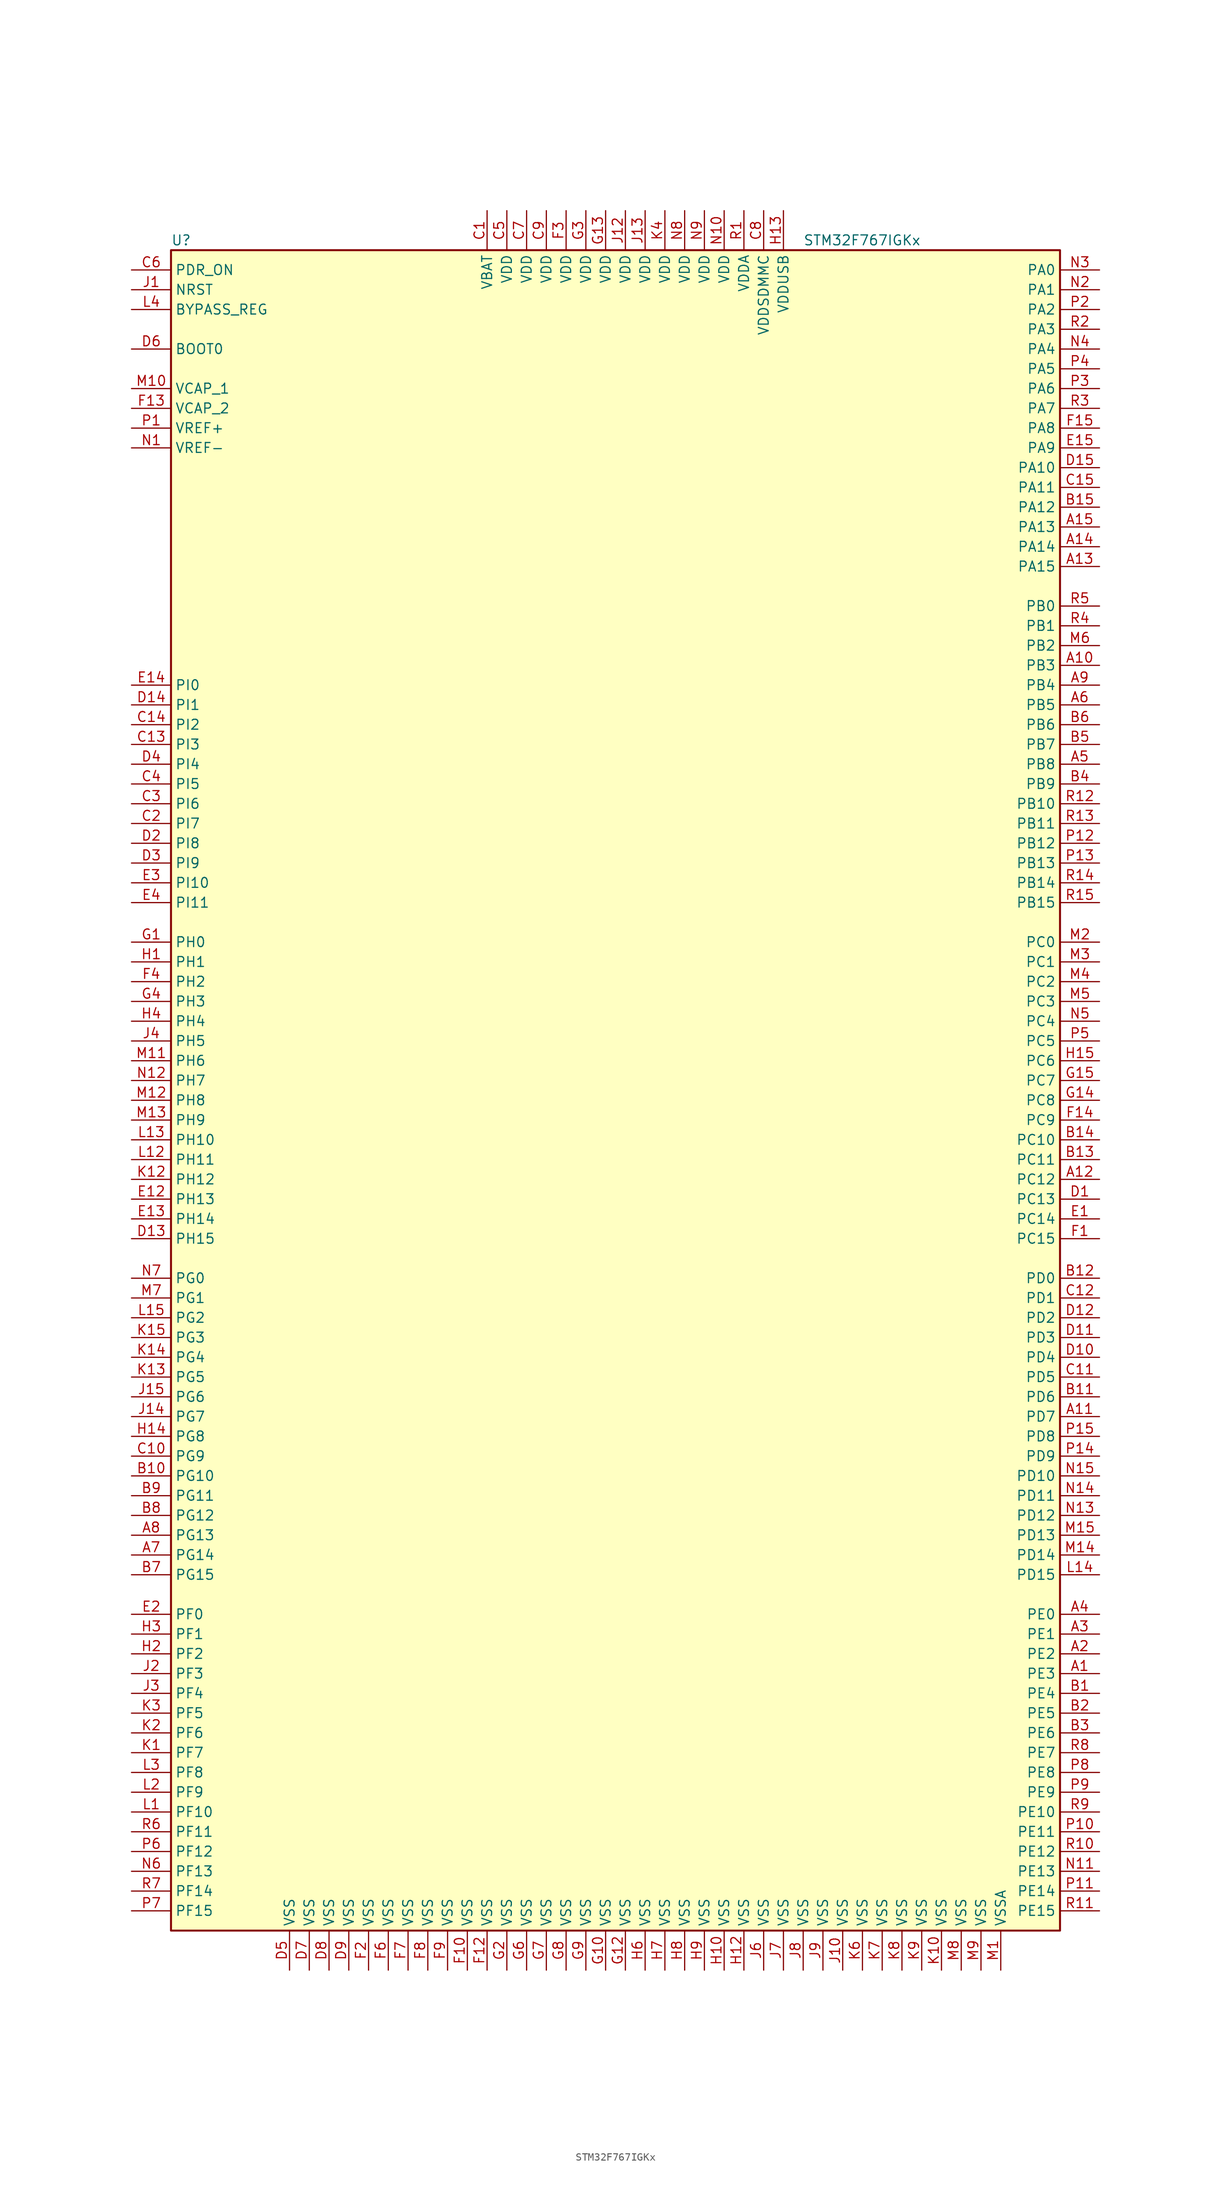
<source format=kicad_sym>
(kicad_symbol_lib
  (version 20201005)
  (generator kicad_symbol_editor)
  (symbol "STM32F767IGKx"
    (property "Reference" "U"
      (at -58.42 107.95 0)
      (effects (font (size 1.27 1.27)) (justify left)))
    (property "Value" "STM32F767IGKx"
      (at 22.86 107.95 0)
      (effects (font (size 1.27 1.27)) (justify left)))
    (symbol "STM32F767IGKx_0_1"
      (rectangle (start -58.42 -109.22) (end 55.88 106.68) (stroke (width 0.254)) (fill (type background))))
    (symbol "STM32F767IGKx_1_1"
      (pin bidirectional line (at 60.96 -76.2 180) (length 5.08) (name "PE3" (effects (font (size 1.27 1.27)))) (number "A1" (effects (font (size 1.27 1.27)))))
      (pin bidirectional line (at 60.96 53.34 180) (length 5.08) (name "PB3" (effects (font (size 1.27 1.27)))) (number "A10" (effects (font (size 1.27 1.27)))))
      (pin bidirectional line (at 60.96 -43.18 180) (length 5.08) (name "PD7" (effects (font (size 1.27 1.27)))) (number "A11" (effects (font (size 1.27 1.27)))))
      (pin bidirectional line (at 60.96 -12.7 180) (length 5.08) (name "PC12" (effects (font (size 1.27 1.27)))) (number "A12" (effects (font (size 1.27 1.27)))))
      (pin bidirectional line (at 60.96 66.04 180) (length 5.08) (name "PA15" (effects (font (size 1.27 1.27)))) (number "A13" (effects (font (size 1.27 1.27)))))
      (pin bidirectional line (at 60.96 68.58 180) (length 5.08) (name "PA14" (effects (font (size 1.27 1.27)))) (number "A14" (effects (font (size 1.27 1.27)))))
      (pin bidirectional line (at 60.96 71.12 180) (length 5.08) (name "PA13" (effects (font (size 1.27 1.27)))) (number "A15" (effects (font (size 1.27 1.27)))))
      (pin bidirectional line (at 60.96 -73.66 180) (length 5.08) (name "PE2" (effects (font (size 1.27 1.27)))) (number "A2" (effects (font (size 1.27 1.27)))))
      (pin bidirectional line (at 60.96 -71.12 180) (length 5.08) (name "PE1" (effects (font (size 1.27 1.27)))) (number "A3" (effects (font (size 1.27 1.27)))))
      (pin bidirectional line (at 60.96 -68.58 180) (length 5.08) (name "PE0" (effects (font (size 1.27 1.27)))) (number "A4" (effects (font (size 1.27 1.27)))))
      (pin bidirectional line (at 60.96 40.64 180) (length 5.08) (name "PB8" (effects (font (size 1.27 1.27)))) (number "A5" (effects (font (size 1.27 1.27)))))
      (pin bidirectional line (at 60.96 48.26 180) (length 5.08) (name "PB5" (effects (font (size 1.27 1.27)))) (number "A6" (effects (font (size 1.27 1.27)))))
      (pin bidirectional line (at -63.5 -60.96 0) (length 5.08) (name "PG14" (effects (font (size 1.27 1.27)))) (number "A7" (effects (font (size 1.27 1.27)))))
      (pin bidirectional line (at -63.5 -58.42 0) (length 5.08) (name "PG13" (effects (font (size 1.27 1.27)))) (number "A8" (effects (font (size 1.27 1.27)))))
      (pin bidirectional line (at 60.96 50.8 180) (length 5.08) (name "PB4" (effects (font (size 1.27 1.27)))) (number "A9" (effects (font (size 1.27 1.27)))))
      (pin bidirectional line (at 60.96 -78.74 180) (length 5.08) (name "PE4" (effects (font (size 1.27 1.27)))) (number "B1" (effects (font (size 1.27 1.27)))))
      (pin bidirectional line (at -63.5 -50.8 0) (length 5.08) (name "PG10" (effects (font (size 1.27 1.27)))) (number "B10" (effects (font (size 1.27 1.27)))))
      (pin bidirectional line (at 60.96 -40.64 180) (length 5.08) (name "PD6" (effects (font (size 1.27 1.27)))) (number "B11" (effects (font (size 1.27 1.27)))))
      (pin bidirectional line (at 60.96 -25.4 180) (length 5.08) (name "PD0" (effects (font (size 1.27 1.27)))) (number "B12" (effects (font (size 1.27 1.27)))))
      (pin bidirectional line (at 60.96 -10.16 180) (length 5.08) (name "PC11" (effects (font (size 1.27 1.27)))) (number "B13" (effects (font (size 1.27 1.27)))))
      (pin bidirectional line (at 60.96 -7.62 180) (length 5.08) (name "PC10" (effects (font (size 1.27 1.27)))) (number "B14" (effects (font (size 1.27 1.27)))))
      (pin bidirectional line (at 60.96 73.66 180) (length 5.08) (name "PA12" (effects (font (size 1.27 1.27)))) (number "B15" (effects (font (size 1.27 1.27)))))
      (pin bidirectional line (at 60.96 -81.28 180) (length 5.08) (name "PE5" (effects (font (size 1.27 1.27)))) (number "B2" (effects (font (size 1.27 1.27)))))
      (pin bidirectional line (at 60.96 -83.82 180) (length 5.08) (name "PE6" (effects (font (size 1.27 1.27)))) (number "B3" (effects (font (size 1.27 1.27)))))
      (pin bidirectional line (at 60.96 38.1 180) (length 5.08) (name "PB9" (effects (font (size 1.27 1.27)))) (number "B4" (effects (font (size 1.27 1.27)))))
      (pin bidirectional line (at 60.96 43.18 180) (length 5.08) (name "PB7" (effects (font (size 1.27 1.27)))) (number "B5" (effects (font (size 1.27 1.27)))))
      (pin bidirectional line (at 60.96 45.72 180) (length 5.08) (name "PB6" (effects (font (size 1.27 1.27)))) (number "B6" (effects (font (size 1.27 1.27)))))
      (pin bidirectional line (at -63.5 -63.5 0) (length 5.08) (name "PG15" (effects (font (size 1.27 1.27)))) (number "B7" (effects (font (size 1.27 1.27)))))
      (pin bidirectional line (at -63.5 -55.88 0) (length 5.08) (name "PG12" (effects (font (size 1.27 1.27)))) (number "B8" (effects (font (size 1.27 1.27)))))
      (pin bidirectional line (at -63.5 -53.34 0) (length 5.08) (name "PG11" (effects (font (size 1.27 1.27)))) (number "B9" (effects (font (size 1.27 1.27)))))
      (pin power_in line (at -17.78 111.76 270) (length 5.08) (name "VBAT" (effects (font (size 1.27 1.27)))) (number "C1" (effects (font (size 1.27 1.27)))))
      (pin bidirectional line (at -63.5 -48.26 0) (length 5.08) (name "PG9" (effects (font (size 1.27 1.27)))) (number "C10" (effects (font (size 1.27 1.27)))))
      (pin bidirectional line (at 60.96 -38.1 180) (length 5.08) (name "PD5" (effects (font (size 1.27 1.27)))) (number "C11" (effects (font (size 1.27 1.27)))))
      (pin bidirectional line (at 60.96 -27.94 180) (length 5.08) (name "PD1" (effects (font (size 1.27 1.27)))) (number "C12" (effects (font (size 1.27 1.27)))))
      (pin bidirectional line (at -63.5 43.18 0) (length 5.08) (name "PI3" (effects (font (size 1.27 1.27)))) (number "C13" (effects (font (size 1.27 1.27)))))
      (pin bidirectional line (at -63.5 45.72 0) (length 5.08) (name "PI2" (effects (font (size 1.27 1.27)))) (number "C14" (effects (font (size 1.27 1.27)))))
      (pin bidirectional line (at 60.96 76.2 180) (length 5.08) (name "PA11" (effects (font (size 1.27 1.27)))) (number "C15" (effects (font (size 1.27 1.27)))))
      (pin bidirectional line (at -63.5 33.02 0) (length 5.08) (name "PI7" (effects (font (size 1.27 1.27)))) (number "C2" (effects (font (size 1.27 1.27)))))
      (pin bidirectional line (at -63.5 35.56 0) (length 5.08) (name "PI6" (effects (font (size 1.27 1.27)))) (number "C3" (effects (font (size 1.27 1.27)))))
      (pin bidirectional line (at -63.5 38.1 0) (length 5.08) (name "PI5" (effects (font (size 1.27 1.27)))) (number "C4" (effects (font (size 1.27 1.27)))))
      (pin power_in line (at -15.24 111.76 270) (length 5.08) (name "VDD" (effects (font (size 1.27 1.27)))) (number "C5" (effects (font (size 1.27 1.27)))))
      (pin input line (at -63.5 104.14 0) (length 5.08) (name "PDR_ON" (effects (font (size 1.27 1.27)))) (number "C6" (effects (font (size 1.27 1.27)))))
      (pin power_in line (at -12.7 111.76 270) (length 5.08) (name "VDD" (effects (font (size 1.27 1.27)))) (number "C7" (effects (font (size 1.27 1.27)))))
      (pin power_in line (at 17.78 111.76 270) (length 5.08) (name "VDDSDMMC" (effects (font (size 1.27 1.27)))) (number "C8" (effects (font (size 1.27 1.27)))))
      (pin power_in line (at -10.16 111.76 270) (length 5.08) (name "VDD" (effects (font (size 1.27 1.27)))) (number "C9" (effects (font (size 1.27 1.27)))))
      (pin bidirectional line (at 60.96 -15.24 180) (length 5.08) (name "PC13" (effects (font (size 1.27 1.27)))) (number "D1" (effects (font (size 1.27 1.27)))))
      (pin bidirectional line (at 60.96 -35.56 180) (length 5.08) (name "PD4" (effects (font (size 1.27 1.27)))) (number "D10" (effects (font (size 1.27 1.27)))))
      (pin bidirectional line (at 60.96 -33.02 180) (length 5.08) (name "PD3" (effects (font (size 1.27 1.27)))) (number "D11" (effects (font (size 1.27 1.27)))))
      (pin bidirectional line (at 60.96 -30.48 180) (length 5.08) (name "PD2" (effects (font (size 1.27 1.27)))) (number "D12" (effects (font (size 1.27 1.27)))))
      (pin bidirectional line (at -63.5 -20.32 0) (length 5.08) (name "PH15" (effects (font (size 1.27 1.27)))) (number "D13" (effects (font (size 1.27 1.27)))))
      (pin bidirectional line (at -63.5 48.26 0) (length 5.08) (name "PI1" (effects (font (size 1.27 1.27)))) (number "D14" (effects (font (size 1.27 1.27)))))
      (pin bidirectional line (at 60.96 78.74 180) (length 5.08) (name "PA10" (effects (font (size 1.27 1.27)))) (number "D15" (effects (font (size 1.27 1.27)))))
      (pin bidirectional line (at -63.5 30.48 0) (length 5.08) (name "PI8" (effects (font (size 1.27 1.27)))) (number "D2" (effects (font (size 1.27 1.27)))))
      (pin bidirectional line (at -63.5 27.94 0) (length 5.08) (name "PI9" (effects (font (size 1.27 1.27)))) (number "D3" (effects (font (size 1.27 1.27)))))
      (pin bidirectional line (at -63.5 40.64 0) (length 5.08) (name "PI4" (effects (font (size 1.27 1.27)))) (number "D4" (effects (font (size 1.27 1.27)))))
      (pin power_in line (at -43.18 -114.3 90) (length 5.08) (name "VSS" (effects (font (size 1.27 1.27)))) (number "D5" (effects (font (size 1.27 1.27)))))
      (pin input line (at -63.5 93.98 0) (length 5.08) (name "BOOT0" (effects (font (size 1.27 1.27)))) (number "D6" (effects (font (size 1.27 1.27)))))
      (pin power_in line (at -40.64 -114.3 90) (length 5.08) (name "VSS" (effects (font (size 1.27 1.27)))) (number "D7" (effects (font (size 1.27 1.27)))))
      (pin power_in line (at -38.1 -114.3 90) (length 5.08) (name "VSS" (effects (font (size 1.27 1.27)))) (number "D8" (effects (font (size 1.27 1.27)))))
      (pin power_in line (at -35.56 -114.3 90) (length 5.08) (name "VSS" (effects (font (size 1.27 1.27)))) (number "D9" (effects (font (size 1.27 1.27)))))
      (pin bidirectional line (at 60.96 -17.78 180) (length 5.08) (name "PC14" (effects (font (size 1.27 1.27)))) (number "E1" (effects (font (size 1.27 1.27)))))
      (pin bidirectional line (at -63.5 -15.24 0) (length 5.08) (name "PH13" (effects (font (size 1.27 1.27)))) (number "E12" (effects (font (size 1.27 1.27)))))
      (pin bidirectional line (at -63.5 -17.78 0) (length 5.08) (name "PH14" (effects (font (size 1.27 1.27)))) (number "E13" (effects (font (size 1.27 1.27)))))
      (pin bidirectional line (at -63.5 50.8 0) (length 5.08) (name "PI0" (effects (font (size 1.27 1.27)))) (number "E14" (effects (font (size 1.27 1.27)))))
      (pin bidirectional line (at 60.96 81.28 180) (length 5.08) (name "PA9" (effects (font (size 1.27 1.27)))) (number "E15" (effects (font (size 1.27 1.27)))))
      (pin bidirectional line (at -63.5 -68.58 0) (length 5.08) (name "PF0" (effects (font (size 1.27 1.27)))) (number "E2" (effects (font (size 1.27 1.27)))))
      (pin bidirectional line (at -63.5 25.4 0) (length 5.08) (name "PI10" (effects (font (size 1.27 1.27)))) (number "E3" (effects (font (size 1.27 1.27)))))
      (pin bidirectional line (at -63.5 22.86 0) (length 5.08) (name "PI11" (effects (font (size 1.27 1.27)))) (number "E4" (effects (font (size 1.27 1.27)))))
      (pin bidirectional line (at 60.96 -20.32 180) (length 5.08) (name "PC15" (effects (font (size 1.27 1.27)))) (number "F1" (effects (font (size 1.27 1.27)))))
      (pin power_in line (at -20.32 -114.3 90) (length 5.08) (name "VSS" (effects (font (size 1.27 1.27)))) (number "F10" (effects (font (size 1.27 1.27)))))
      (pin power_in line (at -17.78 -114.3 90) (length 5.08) (name "VSS" (effects (font (size 1.27 1.27)))) (number "F12" (effects (font (size 1.27 1.27)))))
      (pin power_in line (at -63.5 86.36 0) (length 5.08) (name "VCAP_2" (effects (font (size 1.27 1.27)))) (number "F13" (effects (font (size 1.27 1.27)))))
      (pin bidirectional line (at 60.96 -5.08 180) (length 5.08) (name "PC9" (effects (font (size 1.27 1.27)))) (number "F14" (effects (font (size 1.27 1.27)))))
      (pin bidirectional line (at 60.96 83.82 180) (length 5.08) (name "PA8" (effects (font (size 1.27 1.27)))) (number "F15" (effects (font (size 1.27 1.27)))))
      (pin power_in line (at -33.02 -114.3 90) (length 5.08) (name "VSS" (effects (font (size 1.27 1.27)))) (number "F2" (effects (font (size 1.27 1.27)))))
      (pin power_in line (at -7.62 111.76 270) (length 5.08) (name "VDD" (effects (font (size 1.27 1.27)))) (number "F3" (effects (font (size 1.27 1.27)))))
      (pin bidirectional line (at -63.5 12.7 0) (length 5.08) (name "PH2" (effects (font (size 1.27 1.27)))) (number "F4" (effects (font (size 1.27 1.27)))))
      (pin power_in line (at -30.48 -114.3 90) (length 5.08) (name "VSS" (effects (font (size 1.27 1.27)))) (number "F6" (effects (font (size 1.27 1.27)))))
      (pin power_in line (at -27.94 -114.3 90) (length 5.08) (name "VSS" (effects (font (size 1.27 1.27)))) (number "F7" (effects (font (size 1.27 1.27)))))
      (pin power_in line (at -25.4 -114.3 90) (length 5.08) (name "VSS" (effects (font (size 1.27 1.27)))) (number "F8" (effects (font (size 1.27 1.27)))))
      (pin power_in line (at -22.86 -114.3 90) (length 5.08) (name "VSS" (effects (font (size 1.27 1.27)))) (number "F9" (effects (font (size 1.27 1.27)))))
      (pin input line (at -63.5 17.78 0) (length 5.08) (name "PH0" (effects (font (size 1.27 1.27)))) (number "G1" (effects (font (size 1.27 1.27)))))
      (pin power_in line (at -2.54 -114.3 90) (length 5.08) (name "VSS" (effects (font (size 1.27 1.27)))) (number "G10" (effects (font (size 1.27 1.27)))))
      (pin power_in line (at 0 -114.3 90) (length 5.08) (name "VSS" (effects (font (size 1.27 1.27)))) (number "G12" (effects (font (size 1.27 1.27)))))
      (pin power_in line (at -2.54 111.76 270) (length 5.08) (name "VDD" (effects (font (size 1.27 1.27)))) (number "G13" (effects (font (size 1.27 1.27)))))
      (pin bidirectional line (at 60.96 -2.54 180) (length 5.08) (name "PC8" (effects (font (size 1.27 1.27)))) (number "G14" (effects (font (size 1.27 1.27)))))
      (pin bidirectional line (at 60.96 0 180) (length 5.08) (name "PC7" (effects (font (size 1.27 1.27)))) (number "G15" (effects (font (size 1.27 1.27)))))
      (pin power_in line (at -15.24 -114.3 90) (length 5.08) (name "VSS" (effects (font (size 1.27 1.27)))) (number "G2" (effects (font (size 1.27 1.27)))))
      (pin power_in line (at -5.08 111.76 270) (length 5.08) (name "VDD" (effects (font (size 1.27 1.27)))) (number "G3" (effects (font (size 1.27 1.27)))))
      (pin bidirectional line (at -63.5 10.16 0) (length 5.08) (name "PH3" (effects (font (size 1.27 1.27)))) (number "G4" (effects (font (size 1.27 1.27)))))
      (pin power_in line (at -12.7 -114.3 90) (length 5.08) (name "VSS" (effects (font (size 1.27 1.27)))) (number "G6" (effects (font (size 1.27 1.27)))))
      (pin power_in line (at -10.16 -114.3 90) (length 5.08) (name "VSS" (effects (font (size 1.27 1.27)))) (number "G7" (effects (font (size 1.27 1.27)))))
      (pin power_in line (at -7.62 -114.3 90) (length 5.08) (name "VSS" (effects (font (size 1.27 1.27)))) (number "G8" (effects (font (size 1.27 1.27)))))
      (pin power_in line (at -5.08 -114.3 90) (length 5.08) (name "VSS" (effects (font (size 1.27 1.27)))) (number "G9" (effects (font (size 1.27 1.27)))))
      (pin input line (at -63.5 15.24 0) (length 5.08) (name "PH1" (effects (font (size 1.27 1.27)))) (number "H1" (effects (font (size 1.27 1.27)))))
      (pin power_in line (at 12.7 -114.3 90) (length 5.08) (name "VSS" (effects (font (size 1.27 1.27)))) (number "H10" (effects (font (size 1.27 1.27)))))
      (pin power_in line (at 15.24 -114.3 90) (length 5.08) (name "VSS" (effects (font (size 1.27 1.27)))) (number "H12" (effects (font (size 1.27 1.27)))))
      (pin power_in line (at 20.32 111.76 270) (length 5.08) (name "VDDUSB" (effects (font (size 1.27 1.27)))) (number "H13" (effects (font (size 1.27 1.27)))))
      (pin bidirectional line (at -63.5 -45.72 0) (length 5.08) (name "PG8" (effects (font (size 1.27 1.27)))) (number "H14" (effects (font (size 1.27 1.27)))))
      (pin bidirectional line (at 60.96 2.54 180) (length 5.08) (name "PC6" (effects (font (size 1.27 1.27)))) (number "H15" (effects (font (size 1.27 1.27)))))
      (pin bidirectional line (at -63.5 -73.66 0) (length 5.08) (name "PF2" (effects (font (size 1.27 1.27)))) (number "H2" (effects (font (size 1.27 1.27)))))
      (pin bidirectional line (at -63.5 -71.12 0) (length 5.08) (name "PF1" (effects (font (size 1.27 1.27)))) (number "H3" (effects (font (size 1.27 1.27)))))
      (pin bidirectional line (at -63.5 7.62 0) (length 5.08) (name "PH4" (effects (font (size 1.27 1.27)))) (number "H4" (effects (font (size 1.27 1.27)))))
      (pin power_in line (at 2.54 -114.3 90) (length 5.08) (name "VSS" (effects (font (size 1.27 1.27)))) (number "H6" (effects (font (size 1.27 1.27)))))
      (pin power_in line (at 5.08 -114.3 90) (length 5.08) (name "VSS" (effects (font (size 1.27 1.27)))) (number "H7" (effects (font (size 1.27 1.27)))))
      (pin power_in line (at 7.62 -114.3 90) (length 5.08) (name "VSS" (effects (font (size 1.27 1.27)))) (number "H8" (effects (font (size 1.27 1.27)))))
      (pin power_in line (at 10.16 -114.3 90) (length 5.08) (name "VSS" (effects (font (size 1.27 1.27)))) (number "H9" (effects (font (size 1.27 1.27)))))
      (pin input line (at -63.5 101.6 0) (length 5.08) (name "NRST" (effects (font (size 1.27 1.27)))) (number "J1" (effects (font (size 1.27 1.27)))))
      (pin power_in line (at 27.94 -114.3 90) (length 5.08) (name "VSS" (effects (font (size 1.27 1.27)))) (number "J10" (effects (font (size 1.27 1.27)))))
      (pin power_in line (at 0 111.76 270) (length 5.08) (name "VDD" (effects (font (size 1.27 1.27)))) (number "J12" (effects (font (size 1.27 1.27)))))
      (pin power_in line (at 2.54 111.76 270) (length 5.08) (name "VDD" (effects (font (size 1.27 1.27)))) (number "J13" (effects (font (size 1.27 1.27)))))
      (pin bidirectional line (at -63.5 -43.18 0) (length 5.08) (name "PG7" (effects (font (size 1.27 1.27)))) (number "J14" (effects (font (size 1.27 1.27)))))
      (pin bidirectional line (at -63.5 -40.64 0) (length 5.08) (name "PG6" (effects (font (size 1.27 1.27)))) (number "J15" (effects (font (size 1.27 1.27)))))
      (pin bidirectional line (at -63.5 -76.2 0) (length 5.08) (name "PF3" (effects (font (size 1.27 1.27)))) (number "J2" (effects (font (size 1.27 1.27)))))
      (pin bidirectional line (at -63.5 -78.74 0) (length 5.08) (name "PF4" (effects (font (size 1.27 1.27)))) (number "J3" (effects (font (size 1.27 1.27)))))
      (pin bidirectional line (at -63.5 5.08 0) (length 5.08) (name "PH5" (effects (font (size 1.27 1.27)))) (number "J4" (effects (font (size 1.27 1.27)))))
      (pin power_in line (at 17.78 -114.3 90) (length 5.08) (name "VSS" (effects (font (size 1.27 1.27)))) (number "J6" (effects (font (size 1.27 1.27)))))
      (pin power_in line (at 20.32 -114.3 90) (length 5.08) (name "VSS" (effects (font (size 1.27 1.27)))) (number "J7" (effects (font (size 1.27 1.27)))))
      (pin power_in line (at 22.86 -114.3 90) (length 5.08) (name "VSS" (effects (font (size 1.27 1.27)))) (number "J8" (effects (font (size 1.27 1.27)))))
      (pin power_in line (at 25.4 -114.3 90) (length 5.08) (name "VSS" (effects (font (size 1.27 1.27)))) (number "J9" (effects (font (size 1.27 1.27)))))
      (pin bidirectional line (at -63.5 -86.36 0) (length 5.08) (name "PF7" (effects (font (size 1.27 1.27)))) (number "K1" (effects (font (size 1.27 1.27)))))
      (pin power_in line (at 40.64 -114.3 90) (length 5.08) (name "VSS" (effects (font (size 1.27 1.27)))) (number "K10" (effects (font (size 1.27 1.27)))))
      (pin bidirectional line (at -63.5 -12.7 0) (length 5.08) (name "PH12" (effects (font (size 1.27 1.27)))) (number "K12" (effects (font (size 1.27 1.27)))))
      (pin bidirectional line (at -63.5 -38.1 0) (length 5.08) (name "PG5" (effects (font (size 1.27 1.27)))) (number "K13" (effects (font (size 1.27 1.27)))))
      (pin bidirectional line (at -63.5 -35.56 0) (length 5.08) (name "PG4" (effects (font (size 1.27 1.27)))) (number "K14" (effects (font (size 1.27 1.27)))))
      (pin bidirectional line (at -63.5 -33.02 0) (length 5.08) (name "PG3" (effects (font (size 1.27 1.27)))) (number "K15" (effects (font (size 1.27 1.27)))))
      (pin bidirectional line (at -63.5 -83.82 0) (length 5.08) (name "PF6" (effects (font (size 1.27 1.27)))) (number "K2" (effects (font (size 1.27 1.27)))))
      (pin bidirectional line (at -63.5 -81.28 0) (length 5.08) (name "PF5" (effects (font (size 1.27 1.27)))) (number "K3" (effects (font (size 1.27 1.27)))))
      (pin power_in line (at 5.08 111.76 270) (length 5.08) (name "VDD" (effects (font (size 1.27 1.27)))) (number "K4" (effects (font (size 1.27 1.27)))))
      (pin power_in line (at 30.48 -114.3 90) (length 5.08) (name "VSS" (effects (font (size 1.27 1.27)))) (number "K6" (effects (font (size 1.27 1.27)))))
      (pin power_in line (at 33.02 -114.3 90) (length 5.08) (name "VSS" (effects (font (size 1.27 1.27)))) (number "K7" (effects (font (size 1.27 1.27)))))
      (pin power_in line (at 35.56 -114.3 90) (length 5.08) (name "VSS" (effects (font (size 1.27 1.27)))) (number "K8" (effects (font (size 1.27 1.27)))))
      (pin power_in line (at 38.1 -114.3 90) (length 5.08) (name "VSS" (effects (font (size 1.27 1.27)))) (number "K9" (effects (font (size 1.27 1.27)))))
      (pin bidirectional line (at -63.5 -93.98 0) (length 5.08) (name "PF10" (effects (font (size 1.27 1.27)))) (number "L1" (effects (font (size 1.27 1.27)))))
      (pin bidirectional line (at -63.5 -10.16 0) (length 5.08) (name "PH11" (effects (font (size 1.27 1.27)))) (number "L12" (effects (font (size 1.27 1.27)))))
      (pin bidirectional line (at -63.5 -7.62 0) (length 5.08) (name "PH10" (effects (font (size 1.27 1.27)))) (number "L13" (effects (font (size 1.27 1.27)))))
      (pin bidirectional line (at 60.96 -63.5 180) (length 5.08) (name "PD15" (effects (font (size 1.27 1.27)))) (number "L14" (effects (font (size 1.27 1.27)))))
      (pin bidirectional line (at -63.5 -30.48 0) (length 5.08) (name "PG2" (effects (font (size 1.27 1.27)))) (number "L15" (effects (font (size 1.27 1.27)))))
      (pin bidirectional line (at -63.5 -91.44 0) (length 5.08) (name "PF9" (effects (font (size 1.27 1.27)))) (number "L2" (effects (font (size 1.27 1.27)))))
      (pin bidirectional line (at -63.5 -88.9 0) (length 5.08) (name "PF8" (effects (font (size 1.27 1.27)))) (number "L3" (effects (font (size 1.27 1.27)))))
      (pin input line (at -63.5 99.06 0) (length 5.08) (name "BYPASS_REG" (effects (font (size 1.27 1.27)))) (number "L4" (effects (font (size 1.27 1.27)))))
      (pin power_in line (at 48.26 -114.3 90) (length 5.08) (name "VSSA" (effects (font (size 1.27 1.27)))) (number "M1" (effects (font (size 1.27 1.27)))))
      (pin power_in line (at -63.5 88.9 0) (length 5.08) (name "VCAP_1" (effects (font (size 1.27 1.27)))) (number "M10" (effects (font (size 1.27 1.27)))))
      (pin bidirectional line (at -63.5 2.54 0) (length 5.08) (name "PH6" (effects (font (size 1.27 1.27)))) (number "M11" (effects (font (size 1.27 1.27)))))
      (pin bidirectional line (at -63.5 -2.54 0) (length 5.08) (name "PH8" (effects (font (size 1.27 1.27)))) (number "M12" (effects (font (size 1.27 1.27)))))
      (pin bidirectional line (at -63.5 -5.08 0) (length 5.08) (name "PH9" (effects (font (size 1.27 1.27)))) (number "M13" (effects (font (size 1.27 1.27)))))
      (pin bidirectional line (at 60.96 -60.96 180) (length 5.08) (name "PD14" (effects (font (size 1.27 1.27)))) (number "M14" (effects (font (size 1.27 1.27)))))
      (pin bidirectional line (at 60.96 -58.42 180) (length 5.08) (name "PD13" (effects (font (size 1.27 1.27)))) (number "M15" (effects (font (size 1.27 1.27)))))
      (pin bidirectional line (at 60.96 17.78 180) (length 5.08) (name "PC0" (effects (font (size 1.27 1.27)))) (number "M2" (effects (font (size 1.27 1.27)))))
      (pin bidirectional line (at 60.96 15.24 180) (length 5.08) (name "PC1" (effects (font (size 1.27 1.27)))) (number "M3" (effects (font (size 1.27 1.27)))))
      (pin bidirectional line (at 60.96 12.7 180) (length 5.08) (name "PC2" (effects (font (size 1.27 1.27)))) (number "M4" (effects (font (size 1.27 1.27)))))
      (pin bidirectional line (at 60.96 10.16 180) (length 5.08) (name "PC3" (effects (font (size 1.27 1.27)))) (number "M5" (effects (font (size 1.27 1.27)))))
      (pin bidirectional line (at 60.96 55.88 180) (length 5.08) (name "PB2" (effects (font (size 1.27 1.27)))) (number "M6" (effects (font (size 1.27 1.27)))))
      (pin bidirectional line (at -63.5 -27.94 0) (length 5.08) (name "PG1" (effects (font (size 1.27 1.27)))) (number "M7" (effects (font (size 1.27 1.27)))))
      (pin power_in line (at 43.18 -114.3 90) (length 5.08) (name "VSS" (effects (font (size 1.27 1.27)))) (number "M8" (effects (font (size 1.27 1.27)))))
      (pin power_in line (at 45.72 -114.3 90) (length 5.08) (name "VSS" (effects (font (size 1.27 1.27)))) (number "M9" (effects (font (size 1.27 1.27)))))
      (pin power_in line (at -63.5 81.28 0) (length 5.08) (name "VREF-" (effects (font (size 1.27 1.27)))) (number "N1" (effects (font (size 1.27 1.27)))))
      (pin power_in line (at 12.7 111.76 270) (length 5.08) (name "VDD" (effects (font (size 1.27 1.27)))) (number "N10" (effects (font (size 1.27 1.27)))))
      (pin bidirectional line (at 60.96 -101.6 180) (length 5.08) (name "PE13" (effects (font (size 1.27 1.27)))) (number "N11" (effects (font (size 1.27 1.27)))))
      (pin bidirectional line (at -63.5 0 0) (length 5.08) (name "PH7" (effects (font (size 1.27 1.27)))) (number "N12" (effects (font (size 1.27 1.27)))))
      (pin bidirectional line (at 60.96 -55.88 180) (length 5.08) (name "PD12" (effects (font (size 1.27 1.27)))) (number "N13" (effects (font (size 1.27 1.27)))))
      (pin bidirectional line (at 60.96 -53.34 180) (length 5.08) (name "PD11" (effects (font (size 1.27 1.27)))) (number "N14" (effects (font (size 1.27 1.27)))))
      (pin bidirectional line (at 60.96 -50.8 180) (length 5.08) (name "PD10" (effects (font (size 1.27 1.27)))) (number "N15" (effects (font (size 1.27 1.27)))))
      (pin bidirectional line (at 60.96 101.6 180) (length 5.08) (name "PA1" (effects (font (size 1.27 1.27)))) (number "N2" (effects (font (size 1.27 1.27)))))
      (pin bidirectional line (at 60.96 104.14 180) (length 5.08) (name "PA0" (effects (font (size 1.27 1.27)))) (number "N3" (effects (font (size 1.27 1.27)))))
      (pin bidirectional line (at 60.96 93.98 180) (length 5.08) (name "PA4" (effects (font (size 1.27 1.27)))) (number "N4" (effects (font (size 1.27 1.27)))))
      (pin bidirectional line (at 60.96 7.62 180) (length 5.08) (name "PC4" (effects (font (size 1.27 1.27)))) (number "N5" (effects (font (size 1.27 1.27)))))
      (pin bidirectional line (at -63.5 -101.6 0) (length 5.08) (name "PF13" (effects (font (size 1.27 1.27)))) (number "N6" (effects (font (size 1.27 1.27)))))
      (pin bidirectional line (at -63.5 -25.4 0) (length 5.08) (name "PG0" (effects (font (size 1.27 1.27)))) (number "N7" (effects (font (size 1.27 1.27)))))
      (pin power_in line (at 7.62 111.76 270) (length 5.08) (name "VDD" (effects (font (size 1.27 1.27)))) (number "N8" (effects (font (size 1.27 1.27)))))
      (pin power_in line (at 10.16 111.76 270) (length 5.08) (name "VDD" (effects (font (size 1.27 1.27)))) (number "N9" (effects (font (size 1.27 1.27)))))
      (pin power_in line (at -63.5 83.82 0) (length 5.08) (name "VREF+" (effects (font (size 1.27 1.27)))) (number "P1" (effects (font (size 1.27 1.27)))))
      (pin bidirectional line (at 60.96 -96.52 180) (length 5.08) (name "PE11" (effects (font (size 1.27 1.27)))) (number "P10" (effects (font (size 1.27 1.27)))))
      (pin bidirectional line (at 60.96 -104.14 180) (length 5.08) (name "PE14" (effects (font (size 1.27 1.27)))) (number "P11" (effects (font (size 1.27 1.27)))))
      (pin bidirectional line (at 60.96 30.48 180) (length 5.08) (name "PB12" (effects (font (size 1.27 1.27)))) (number "P12" (effects (font (size 1.27 1.27)))))
      (pin bidirectional line (at 60.96 27.94 180) (length 5.08) (name "PB13" (effects (font (size 1.27 1.27)))) (number "P13" (effects (font (size 1.27 1.27)))))
      (pin bidirectional line (at 60.96 -48.26 180) (length 5.08) (name "PD9" (effects (font (size 1.27 1.27)))) (number "P14" (effects (font (size 1.27 1.27)))))
      (pin bidirectional line (at 60.96 -45.72 180) (length 5.08) (name "PD8" (effects (font (size 1.27 1.27)))) (number "P15" (effects (font (size 1.27 1.27)))))
      (pin bidirectional line (at 60.96 99.06 180) (length 5.08) (name "PA2" (effects (font (size 1.27 1.27)))) (number "P2" (effects (font (size 1.27 1.27)))))
      (pin bidirectional line (at 60.96 88.9 180) (length 5.08) (name "PA6" (effects (font (size 1.27 1.27)))) (number "P3" (effects (font (size 1.27 1.27)))))
      (pin bidirectional line (at 60.96 91.44 180) (length 5.08) (name "PA5" (effects (font (size 1.27 1.27)))) (number "P4" (effects (font (size 1.27 1.27)))))
      (pin bidirectional line (at 60.96 5.08 180) (length 5.08) (name "PC5" (effects (font (size 1.27 1.27)))) (number "P5" (effects (font (size 1.27 1.27)))))
      (pin bidirectional line (at -63.5 -99.06 0) (length 5.08) (name "PF12" (effects (font (size 1.27 1.27)))) (number "P6" (effects (font (size 1.27 1.27)))))
      (pin bidirectional line (at -63.5 -106.68 0) (length 5.08) (name "PF15" (effects (font (size 1.27 1.27)))) (number "P7" (effects (font (size 1.27 1.27)))))
      (pin bidirectional line (at 60.96 -88.9 180) (length 5.08) (name "PE8" (effects (font (size 1.27 1.27)))) (number "P8" (effects (font (size 1.27 1.27)))))
      (pin bidirectional line (at 60.96 -91.44 180) (length 5.08) (name "PE9" (effects (font (size 1.27 1.27)))) (number "P9" (effects (font (size 1.27 1.27)))))
      (pin power_in line (at 15.24 111.76 270) (length 5.08) (name "VDDA" (effects (font (size 1.27 1.27)))) (number "R1" (effects (font (size 1.27 1.27)))))
      (pin bidirectional line (at 60.96 -99.06 180) (length 5.08) (name "PE12" (effects (font (size 1.27 1.27)))) (number "R10" (effects (font (size 1.27 1.27)))))
      (pin bidirectional line (at 60.96 -106.68 180) (length 5.08) (name "PE15" (effects (font (size 1.27 1.27)))) (number "R11" (effects (font (size 1.27 1.27)))))
      (pin bidirectional line (at 60.96 35.56 180) (length 5.08) (name "PB10" (effects (font (size 1.27 1.27)))) (number "R12" (effects (font (size 1.27 1.27)))))
      (pin bidirectional line (at 60.96 33.02 180) (length 5.08) (name "PB11" (effects (font (size 1.27 1.27)))) (number "R13" (effects (font (size 1.27 1.27)))))
      (pin bidirectional line (at 60.96 25.4 180) (length 5.08) (name "PB14" (effects (font (size 1.27 1.27)))) (number "R14" (effects (font (size 1.27 1.27)))))
      (pin bidirectional line (at 60.96 22.86 180) (length 5.08) (name "PB15" (effects (font (size 1.27 1.27)))) (number "R15" (effects (font (size 1.27 1.27)))))
      (pin bidirectional line (at 60.96 96.52 180) (length 5.08) (name "PA3" (effects (font (size 1.27 1.27)))) (number "R2" (effects (font (size 1.27 1.27)))))
      (pin bidirectional line (at 60.96 86.36 180) (length 5.08) (name "PA7" (effects (font (size 1.27 1.27)))) (number "R3" (effects (font (size 1.27 1.27)))))
      (pin bidirectional line (at 60.96 58.42 180) (length 5.08) (name "PB1" (effects (font (size 1.27 1.27)))) (number "R4" (effects (font (size 1.27 1.27)))))
      (pin bidirectional line (at 60.96 60.96 180) (length 5.08) (name "PB0" (effects (font (size 1.27 1.27)))) (number "R5" (effects (font (size 1.27 1.27)))))
      (pin bidirectional line (at -63.5 -96.52 0) (length 5.08) (name "PF11" (effects (font (size 1.27 1.27)))) (number "R6" (effects (font (size 1.27 1.27)))))
      (pin bidirectional line (at -63.5 -104.14 0) (length 5.08) (name "PF14" (effects (font (size 1.27 1.27)))) (number "R7" (effects (font (size 1.27 1.27)))))
      (pin bidirectional line (at 60.96 -86.36 180) (length 5.08) (name "PE7" (effects (font (size 1.27 1.27)))) (number "R8" (effects (font (size 1.27 1.27)))))
      (pin bidirectional line (at 60.96 -93.98 180) (length 5.08) (name "PE10" (effects (font (size 1.27 1.27)))) (number "R9" (effects (font (size 1.27 1.27))))))))
</source>
